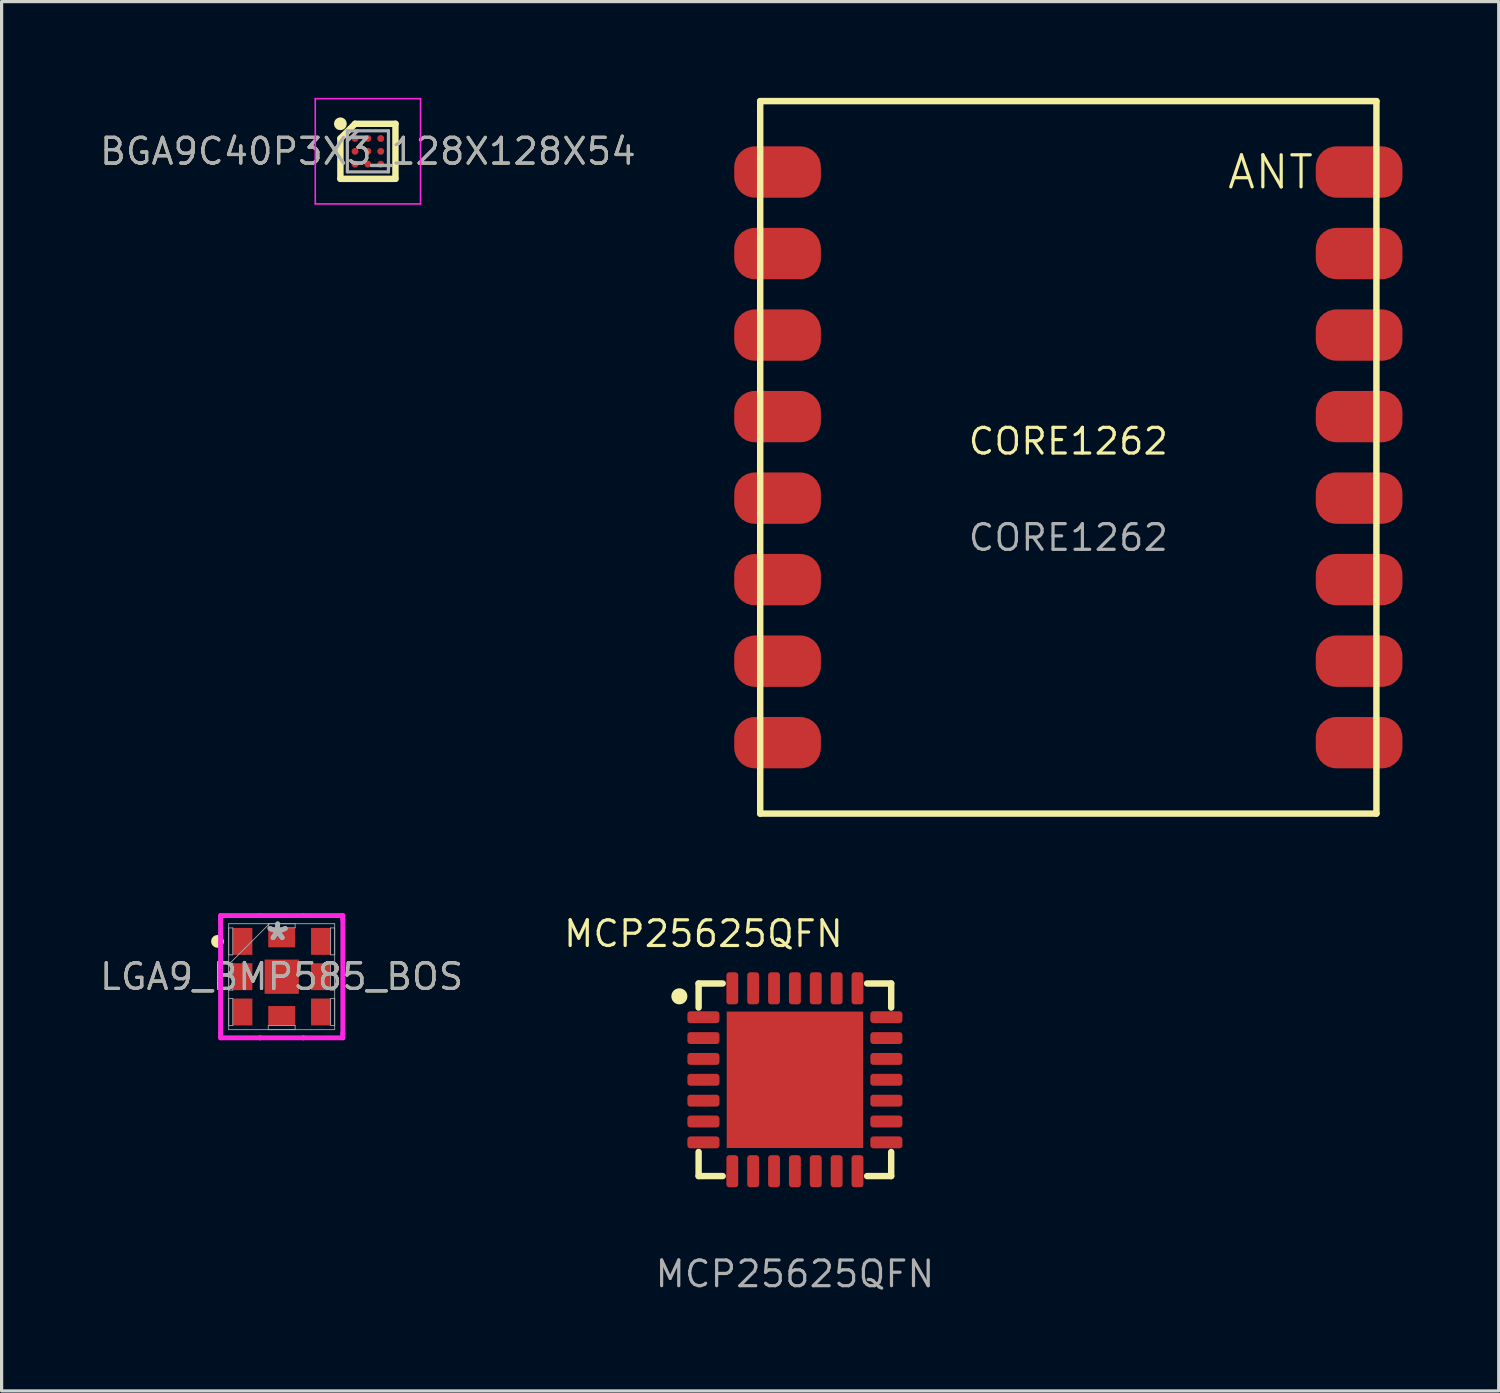
<source format=kicad_pcb>
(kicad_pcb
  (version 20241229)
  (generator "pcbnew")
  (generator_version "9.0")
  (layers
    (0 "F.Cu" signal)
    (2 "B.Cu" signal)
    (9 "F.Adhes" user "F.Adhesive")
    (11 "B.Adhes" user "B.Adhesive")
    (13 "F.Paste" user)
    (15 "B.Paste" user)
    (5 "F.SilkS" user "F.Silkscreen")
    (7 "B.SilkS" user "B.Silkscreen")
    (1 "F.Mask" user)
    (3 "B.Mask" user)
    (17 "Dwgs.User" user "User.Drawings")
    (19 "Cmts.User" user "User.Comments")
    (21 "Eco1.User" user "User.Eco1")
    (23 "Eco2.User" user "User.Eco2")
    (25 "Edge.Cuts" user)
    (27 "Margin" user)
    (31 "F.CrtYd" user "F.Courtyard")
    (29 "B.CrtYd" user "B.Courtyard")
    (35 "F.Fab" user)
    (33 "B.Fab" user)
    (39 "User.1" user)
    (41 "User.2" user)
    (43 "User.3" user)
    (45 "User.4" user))
  (footprint "BGA9C40P3X3_128X128X54"
    (layer "F.Cu")
    (at 8.413 1.665)
    (property "Reference" "BGA9C40P3X3_128X128X54" (at 0 0 0) (layer "F.SilkS") (effects (font (size 0.8 0.8) (thickness 0.1))))
    (attr smd)
    (fp_line (start -0.857 -0.401) (end -0.399 -0.859) (stroke (width 0.2) (type solid)) (layer "F.SilkS"))
    (fp_line (start -0.857 0.857) (end -0.857 -0.401) (stroke (width 0.2) (type solid)) (layer "F.SilkS"))
    (fp_line (start -0.4 -0.858) (end 0.858 -0.858) (stroke (width 0.2) (type solid)) (layer "F.SilkS"))
    (fp_line (start 0.858 -0.858) (end 0.858 0.857) (stroke (width 0.2) (type solid)) (layer "F.SilkS"))
    (fp_line (start 0.858 0.857) (end -0.857 0.857) (stroke (width 0.2) (type solid)) (layer "F.SilkS"))
    (fp_circle (center -0.858 -0.858) (end -0.858 -0.758) (stroke (width 0.2) (type solid)) (fill no) (layer "F.SilkS"))
    (fp_line (start -1.64 -1.64) (end 1.64 -1.64) (stroke (width 0.05) (type solid)) (layer "F.CrtYd"))
    (fp_line (start -1.64 1.64) (end -1.64 -1.64) (stroke (width 0.05) (type solid)) (layer "F.CrtYd"))
    (fp_line (start 1.64 -1.64) (end 1.64 1.64) (stroke (width 0.05) (type solid)) (layer "F.CrtYd"))
    (fp_line (start 1.64 1.64) (end -1.64 1.64) (stroke (width 0.05) (type solid)) (layer "F.CrtYd"))
    (fp_line (start -0.64 -0.64) (end 0.64 -0.64) (stroke (width 0.1) (type solid)) (layer "F.Fab"))
    (fp_line (start -0.64 -0.32) (end -0.32 -0.64) (stroke (width 0.1) (type solid)) (layer "F.Fab"))
    (fp_line (start -0.64 0.64) (end -0.64 -0.64) (stroke (width 0.1) (type solid)) (layer "F.Fab"))
    (fp_line (start 0.64 -0.64) (end 0.64 0.64) (stroke (width 0.1) (type solid)) (layer "F.Fab"))
    (fp_line (start 0.64 0.64) (end -0.64 0.64) (stroke (width 0.1) (type solid)) (layer "F.Fab"))
    (fp_text user "${REFERENCE}" (at 0 0 0) (layer "F.Fab") (effects (font (size 0.8 0.8) (thickness 0.1))))
    (pad "A1" smd circle (at -0.4 -0.4 90) (size 0.215 0.215) (layers "F.Cu" "F.Mask" "F.Paste"))
    (pad "A2" smd circle (at 0 -0.4 90) (size 0.215 0.215) (layers "F.Cu" "F.Mask" "F.Paste"))
    (pad "A3" smd circle (at 0.4 -0.4 90) (size 0.215 0.215) (layers "F.Cu" "F.Mask" "F.Paste"))
    (pad "B1" smd circle (at -0.4 0 90) (size 0.215 0.215) (layers "F.Cu" "F.Mask" "F.Paste"))
    (pad "B2" smd circle (at 0 0 90) (size 0.215 0.215) (layers "F.Cu" "F.Mask" "F.Paste"))
    (pad "B3" smd circle (at 0.4 0 90) (size 0.215 0.215) (layers "F.Cu" "F.Mask" "F.Paste"))
    (pad "C1" smd circle (at -0.4 0.4 90) (size 0.215 0.215) (layers "F.Cu" "F.Mask" "F.Paste"))
    (pad "C2" smd circle (at 0 0.4 90) (size 0.215 0.215) (layers "F.Cu" "F.Mask" "F.Paste"))
    (pad "C3" smd circle (at 0.4 0.4 90) (size 0.215 0.215) (layers "F.Cu" "F.Mask" "F.Paste")))
  (footprint "LGA9_BMP585_BOS"
    (layer "F.Cu")
    (at 5.727 27.381)
    (property "Reference" "LGA9_BMP585_BOS" (at 0 0 0) (unlocked yes) (layer "F.SilkS") (effects (font (size 0.8 0.8) (thickness 0.1))))
    (attr smd)
    (fp_circle (center -2 -1.1) (end -2 -1) (stroke (width 0.2) (type solid)) (fill no) (layer "F.SilkS"))
    (fp_line (start -1.905 -1.905) (end -0.673 -1.905) (stroke (width 0.152) (type solid)) (layer "F.CrtYd"))
    (fp_line (start -1.905 -1.773) (end -1.905 -1.905) (stroke (width 0.152) (type solid)) (layer "F.CrtYd"))
    (fp_line (start -1.905 -1.773) (end -1.905 -1.773) (stroke (width 0.152) (type solid)) (layer "F.CrtYd"))
    (fp_line (start -1.905 1.773) (end -1.905 -1.773) (stroke (width 0.152) (type solid)) (layer "F.CrtYd"))
    (fp_line (start -1.905 1.773) (end -1.905 1.773) (stroke (width 0.152) (type solid)) (layer "F.CrtYd"))
    (fp_line (start -1.905 1.905) (end -1.905 1.773) (stroke (width 0.152) (type solid)) (layer "F.CrtYd"))
    (fp_line (start -0.673 -1.905) (end -0.673 -1.905) (stroke (width 0.152) (type solid)) (layer "F.CrtYd"))
    (fp_line (start -0.673 -1.905) (end 0.673 -1.905) (stroke (width 0.152) (type solid)) (layer "F.CrtYd"))
    (fp_line (start -0.673 1.905) (end -1.905 1.905) (stroke (width 0.152) (type solid)) (layer "F.CrtYd"))
    (fp_line (start -0.673 1.905) (end -0.673 1.905) (stroke (width 0.152) (type solid)) (layer "F.CrtYd"))
    (fp_line (start 0.673 -1.905) (end 0.673 -1.905) (stroke (width 0.152) (type solid)) (layer "F.CrtYd"))
    (fp_line (start 0.673 -1.905) (end 1.905 -1.905) (stroke (width 0.152) (type solid)) (layer "F.CrtYd"))
    (fp_line (start 0.673 1.905) (end -0.673 1.905) (stroke (width 0.152) (type solid)) (layer "F.CrtYd"))
    (fp_line (start 0.673 1.905) (end 0.673 1.905) (stroke (width 0.152) (type solid)) (layer "F.CrtYd"))
    (fp_line (start 1.905 -1.905) (end 1.905 -1.773) (stroke (width 0.152) (type solid)) (layer "F.CrtYd"))
    (fp_line (start 1.905 -1.773) (end 1.905 -1.773) (stroke (width 0.152) (type solid)) (layer "F.CrtYd"))
    (fp_line (start 1.905 -1.773) (end 1.905 1.773) (stroke (width 0.152) (type solid)) (layer "F.CrtYd"))
    (fp_line (start 1.905 1.773) (end 1.905 1.773) (stroke (width 0.152) (type solid)) (layer "F.CrtYd"))
    (fp_line (start 1.905 1.773) (end 1.905 1.905) (stroke (width 0.152) (type solid)) (layer "F.CrtYd"))
    (fp_line (start 1.905 1.905) (end 0.673 1.905) (stroke (width 0.152) (type solid)) (layer "F.CrtYd"))
    (fp_line (start -1.651 -1.651) (end -1.651 1.651) (stroke (width 0.025) (type solid)) (layer "F.Fab"))
    (fp_line (start -1.651 -1.519) (end -1.524 -1.519) (stroke (width 0.025) (type solid)) (layer "F.Fab"))
    (fp_line (start -1.651 -0.681) (end -1.651 -1.519) (stroke (width 0.025) (type solid)) (layer "F.Fab"))
    (fp_line (start -1.651 -0.419) (end -1.524 -0.419) (stroke (width 0.025) (type solid)) (layer "F.Fab"))
    (fp_line (start -1.651 -0.381) (end -0.381 -1.651) (stroke (width 0.025) (type solid)) (layer "F.Fab"))
    (fp_line (start -1.651 0.419) (end -1.651 -0.419) (stroke (width 0.025) (type solid)) (layer "F.Fab"))
    (fp_line (start -1.651 0.681) (end -1.524 0.681) (stroke (width 0.025) (type solid)) (layer "F.Fab"))
    (fp_line (start -1.651 1.519) (end -1.651 0.681) (stroke (width 0.025) (type solid)) (layer "F.Fab"))
    (fp_line (start -1.651 1.651) (end 1.651 1.651) (stroke (width 0.025) (type solid)) (layer "F.Fab"))
    (fp_line (start -1.524 -1.519) (end -1.524 -0.681) (stroke (width 0.025) (type solid)) (layer "F.Fab"))
    (fp_line (start -1.524 -0.681) (end -1.651 -0.681) (stroke (width 0.025) (type solid)) (layer "F.Fab"))
    (fp_line (start -1.524 -0.419) (end -1.524 0.419) (stroke (width 0.025) (type solid)) (layer "F.Fab"))
    (fp_line (start -1.524 0.419) (end -1.651 0.419) (stroke (width 0.025) (type solid)) (layer "F.Fab"))
    (fp_line (start -1.524 0.681) (end -1.524 1.519) (stroke (width 0.025) (type solid)) (layer "F.Fab"))
    (fp_line (start -1.524 1.519) (end -1.651 1.519) (stroke (width 0.025) (type solid)) (layer "F.Fab"))
    (fp_line (start -0.419 -1.651) (end 0.419 -1.651) (stroke (width 0.025) (type solid)) (layer "F.Fab"))
    (fp_line (start -0.419 -1.524) (end -0.419 -1.651) (stroke (width 0.025) (type solid)) (layer "F.Fab"))
    (fp_line (start -0.419 1.524) (end 0.419 1.524) (stroke (width 0.025) (type solid)) (layer "F.Fab"))
    (fp_line (start -0.419 1.651) (end -0.419 1.524) (stroke (width 0.025) (type solid)) (layer "F.Fab"))
    (fp_line (start 0.419 -1.651) (end 0.419 -1.524) (stroke (width 0.025) (type solid)) (layer "F.Fab"))
    (fp_line (start 0.419 -1.524) (end -0.419 -1.524) (stroke (width 0.025) (type solid)) (layer "F.Fab"))
    (fp_line (start 0.419 1.524) (end 0.419 1.651) (stroke (width 0.025) (type solid)) (layer "F.Fab"))
    (fp_line (start 0.419 1.651) (end -0.419 1.651) (stroke (width 0.025) (type solid)) (layer "F.Fab"))
    (fp_line (start 1.524 -1.519) (end 1.651 -1.519) (stroke (width 0.025) (type solid)) (layer "F.Fab"))
    (fp_line (start 1.524 -0.681) (end 1.524 -1.519) (stroke (width 0.025) (type solid)) (layer "F.Fab"))
    (fp_line (start 1.524 -0.419) (end 1.651 -0.419) (stroke (width 0.025) (type solid)) (layer "F.Fab"))
    (fp_line (start 1.524 0.419) (end 1.524 -0.419) (stroke (width 0.025) (type solid)) (layer "F.Fab"))
    (fp_line (start 1.524 0.681) (end 1.651 0.681) (stroke (width 0.025) (type solid)) (layer "F.Fab"))
    (fp_line (start 1.524 1.519) (end 1.524 0.681) (stroke (width 0.025) (type solid)) (layer "F.Fab"))
    (fp_line (start 1.651 -1.651) (end -1.651 -1.651) (stroke (width 0.025) (type solid)) (layer "F.Fab"))
    (fp_line (start 1.651 -1.519) (end 1.651 -0.681) (stroke (width 0.025) (type solid)) (layer "F.Fab"))
    (fp_line (start 1.651 -0.681) (end 1.524 -0.681) (stroke (width 0.025) (type solid)) (layer "F.Fab"))
    (fp_line (start 1.651 -0.419) (end 1.651 0.419) (stroke (width 0.025) (type solid)) (layer "F.Fab"))
    (fp_line (start 1.651 0.419) (end 1.524 0.419) (stroke (width 0.025) (type solid)) (layer "F.Fab"))
    (fp_line (start 1.651 0.681) (end 1.651 1.519) (stroke (width 0.025) (type solid)) (layer "F.Fab"))
    (fp_line (start 1.651 1.519) (end 1.524 1.519) (stroke (width 0.025) (type solid)) (layer "F.Fab"))
    (fp_line (start 1.651 1.651) (end 1.651 -1.651) (stroke (width 0.025) (type solid)) (layer "F.Fab"))
    (fp_text user "${REFERENCE}" (at 0 0 0) (unlocked yes) (layer "F.Fab") (effects (font (size 0.8 0.8) (thickness 0.1))))
    (fp_text user "*" (at -0.127 -1.1 0) (layer "F.Fab") (effects (font (size 1 1) (thickness 0.15))))
    (fp_text user "*" (at -0.127 -1.1 0) (unlocked yes) (layer "F.Fab") (effects (font (size 1 1) (thickness 0.15))))
    (pad "1" smd rect (at -1.219 -1.1 90) (size 0.838 0.61) (layers "F.Cu" "F.Mask" "F.Paste"))
    (pad "2" smd rect (at -1.219 0 90) (size 0.838 0.61) (layers "F.Cu" "F.Mask" "F.Paste"))
    (pad "3" smd rect (at -1.219 1.1 90) (size 0.838 0.61) (layers "F.Cu" "F.Mask" "F.Paste"))
    (pad "4" smd rect (at 0 1.219) (size 0.838 0.61) (layers "F.Cu" "F.Mask" "F.Paste"))
    (pad "5" smd rect (at 1.219 1.1 90) (size 0.838 0.61) (layers "F.Cu" "F.Mask" "F.Paste"))
    (pad "6" smd rect (at 1.219 0 90) (size 0.838 0.61) (layers "F.Cu" "F.Mask" "F.Paste"))
    (pad "7" smd rect (at 1.219 -1.1 90) (size 0.838 0.61) (layers "F.Cu" "F.Mask" "F.Paste"))
    (pad "8" smd rect (at 0 -1.219) (size 0.838 0.61) (layers "F.Cu" "F.Mask" "F.Paste"))
    (pad "9" smd rect (at 0 0) (size 1.067 1.067) (layers "F.Cu" "F.Mask" "F.Paste")))
  (footprint "MCP25625QFN"
    (layer "F.Cu")
    (at 21.717 30.593)
    (property "Reference" "MCP25625QFN" (at -2.85 -4.55 0) (unlocked yes) (layer "F.SilkS") (effects (font (size 0.8 0.8) (thickness 0.1))))
    (attr smd)
    (fp_line (start -3 -3) (end -3 -2.25) (stroke (width 0.2) (type default)) (layer "F.SilkS"))
    (fp_line (start -3 2.25) (end -3 3) (stroke (width 0.2) (type default)) (layer "F.SilkS"))
    (fp_line (start -3 3) (end -2.25 3) (stroke (width 0.2) (type default)) (layer "F.SilkS"))
    (fp_line (start -2.25 -3) (end -3 -3) (stroke (width 0.2) (type default)) (layer "F.SilkS"))
    (fp_line (start 2.25 -3) (end 3 -3) (stroke (width 0.2) (type default)) (layer "F.SilkS"))
    (fp_line (start 2.25 3) (end 3 3) (stroke (width 0.2) (type default)) (layer "F.SilkS"))
    (fp_line (start 3 -2.25) (end 3 -3) (stroke (width 0.2) (type default)) (layer "F.SilkS"))
    (fp_line (start 3 3) (end 3 2.25) (stroke (width 0.2) (type default)) (layer "F.SilkS"))
    (fp_circle (center -3.6 -2.6) (end -3.6 -2.4) (stroke (width 0.1) (type solid)) (fill yes) (layer "F.SilkS"))
    (fp_text user "${REFERENCE}" (at 0 6.05 0) (unlocked yes) (layer "F.Fab") (effects (font (size 0.8 0.8) (thickness 0.1))))
    (pad "1" smd roundrect (at -2.85 -1.95) (size 1 0.37) (layers "F.Cu" "F.Mask" "F.Paste") (roundrect_rratio 0.25))
    (pad "2" smd roundrect (at -2.85 -1.3) (size 1 0.37) (layers "F.Cu" "F.Mask" "F.Paste") (roundrect_rratio 0.25))
    (pad "3" smd roundrect (at -2.85 -0.65) (size 1 0.37) (layers "F.Cu" "F.Mask" "F.Paste") (roundrect_rratio 0.25))
    (pad "4" smd roundrect (at -2.85 0) (size 1 0.37) (layers "F.Cu" "F.Mask" "F.Paste") (roundrect_rratio 0.25))
    (pad "5" smd roundrect (at -2.85 0.65) (size 1 0.37) (layers "F.Cu" "F.Mask" "F.Paste") (roundrect_rratio 0.25))
    (pad "6" smd roundrect (at -2.85 1.3) (size 1 0.37) (layers "F.Cu" "F.Mask" "F.Paste") (roundrect_rratio 0.25))
    (pad "7" smd roundrect (at -2.85 1.95) (size 1 0.37) (layers "F.Cu" "F.Mask" "F.Paste") (roundrect_rratio 0.25))
    (pad "8" smd roundrect (at -1.95 2.85 90) (size 1 0.37) (layers "F.Cu" "F.Mask" "F.Paste") (roundrect_rratio 0.25))
    (pad "9" smd roundrect (at -1.3 2.85 90) (size 1 0.37) (layers "F.Cu" "F.Mask" "F.Paste") (roundrect_rratio 0.25))
    (pad "10" smd roundrect (at -0.65 2.85 90) (size 1 0.37) (layers "F.Cu" "F.Mask" "F.Paste") (roundrect_rratio 0.25))
    (pad "11" smd roundrect (at 0 2.85 90) (size 1 0.37) (layers "F.Cu" "F.Mask" "F.Paste") (roundrect_rratio 0.25))
    (pad "12" smd roundrect (at 0.65 2.85 90) (size 1 0.37) (layers "F.Cu" "F.Mask" "F.Paste") (roundrect_rratio 0.25))
    (pad "13" smd roundrect (at 1.3 2.85 90) (size 1 0.37) (layers "F.Cu" "F.Mask" "F.Paste") (roundrect_rratio 0.25))
    (pad "14" smd roundrect (at 1.95 2.85 90) (size 1 0.37) (layers "F.Cu" "F.Mask" "F.Paste") (roundrect_rratio 0.25))
    (pad "15" smd roundrect (at 2.85 1.95 180) (size 1 0.37) (layers "F.Cu" "F.Mask" "F.Paste") (roundrect_rratio 0.25))
    (pad "16" smd roundrect (at 2.85 1.3 180) (size 1 0.37) (layers "F.Cu" "F.Mask" "F.Paste") (roundrect_rratio 0.25))
    (pad "17" smd roundrect (at 2.85 0.65 180) (size 1 0.37) (layers "F.Cu" "F.Mask" "F.Paste") (roundrect_rratio 0.25))
    (pad "18" smd roundrect (at 2.85 0 180) (size 1 0.37) (layers "F.Cu" "F.Mask" "F.Paste") (roundrect_rratio 0.25))
    (pad "19" smd roundrect (at 2.85 -0.65 180) (size 1 0.37) (layers "F.Cu" "F.Mask" "F.Paste") (roundrect_rratio 0.25))
    (pad "20" smd roundrect (at 2.85 -1.3 180) (size 1 0.37) (layers "F.Cu" "F.Mask" "F.Paste") (roundrect_rratio 0.25))
    (pad "21" smd roundrect (at 2.85 -1.95 180) (size 1 0.37) (layers "F.Cu" "F.Mask" "F.Paste") (roundrect_rratio 0.25))
    (pad "22" smd roundrect (at 1.95 -2.85 270) (size 1 0.37) (layers "F.Cu" "F.Mask" "F.Paste") (roundrect_rratio 0.25))
    (pad "23" smd roundrect (at 1.3 -2.85 270) (size 1 0.37) (layers "F.Cu" "F.Mask" "F.Paste") (roundrect_rratio 0.25))
    (pad "24" smd roundrect (at 0.65 -2.85 270) (size 1 0.37) (layers "F.Cu" "F.Mask" "F.Paste") (roundrect_rratio 0.25))
    (pad "25" smd roundrect (at 0 -2.85 270) (size 1 0.37) (layers "F.Cu" "F.Mask" "F.Paste") (roundrect_rratio 0.25))
    (pad "26" smd roundrect (at -0.65 -2.85 270) (size 1 0.37) (layers "F.Cu" "F.Mask" "F.Paste") (roundrect_rratio 0.25))
    (pad "27" smd roundrect (at -1.3 -2.85 270) (size 1 0.37) (layers "F.Cu" "F.Mask" "F.Paste") (roundrect_rratio 0.25))
    (pad "28" smd roundrect (at -1.95 -2.85 270) (size 1 0.37) (layers "F.Cu" "F.Mask" "F.Paste") (roundrect_rratio 0.25))
    (pad "29" smd rect (at 0 0 270) (size 4.25 4.25) (layers "F.Cu" "F.Mask" "F.Paste")))
  (footprint "CORE1262"
    (layer "F.Cu")
    (at 30.236 11.2)
    (property "Reference" "CORE1262" (at 0 -0.5 0) (unlocked yes) (layer "F.SilkS") (effects (font (size 0.8 0.8) (thickness 0.1))))
    (attr smd)
    (fp_line (start -9.6 -11.1) (end -9.6 11.1) (stroke (width 0.2) (type default)) (layer "F.SilkS"))
    (fp_line (start -9.6 11.1) (end 9.6 11.1) (stroke (width 0.2) (type default)) (layer "F.SilkS"))
    (fp_line (start 9.6 -11.1) (end -9.6 -11.1) (stroke (width 0.2) (type default)) (layer "F.SilkS"))
    (fp_line (start 9.6 11.1) (end 9.6 -11.1) (stroke (width 0.2) (type default)) (layer "F.SilkS"))
    (fp_text user "ANT" (at 4.9 -8.3 0) (unlocked yes) (layer "F.SilkS") (effects (font (size 1 1) (thickness 0.1)) (justify left bottom)))
    (fp_text user "${REFERENCE}" (at 0 2.5 0) (unlocked yes) (layer "F.Fab") (effects (font (size 0.8 0.8) (thickness 0.1))))
    (pad "1" smd roundrect (at -9.06 -8.89 90) (size 1.6 2.7) (layers "F.Cu" "F.Mask" "F.Paste") (roundrect_rratio 0.4))
    (pad "2" smd roundrect (at -9.06 -6.35 90) (size 1.6 2.7) (layers "F.Cu" "F.Mask" "F.Paste") (roundrect_rratio 0.4))
    (pad "3" smd roundrect (at -9.06 -3.81 90) (size 1.6 2.7) (layers "F.Cu" "F.Mask" "F.Paste") (roundrect_rratio 0.4))
    (pad "4" smd roundrect (at -9.06 -1.27 90) (size 1.6 2.7) (layers "F.Cu" "F.Mask" "F.Paste") (roundrect_rratio 0.4))
    (pad "5" smd roundrect (at -9.06 1.27 90) (size 1.6 2.7) (layers "F.Cu" "F.Mask" "F.Paste") (roundrect_rratio 0.4))
    (pad "6" smd roundrect (at -9.06 3.81 90) (size 1.6 2.7) (layers "F.Cu" "F.Mask" "F.Paste") (roundrect_rratio 0.4))
    (pad "7" smd roundrect (at -9.06 6.35 90) (size 1.6 2.7) (layers "F.Cu" "F.Mask" "F.Paste") (roundrect_rratio 0.4))
    (pad "8" smd roundrect (at -9.06 8.89 90) (size 1.6 2.7) (layers "F.Cu" "F.Mask" "F.Paste") (roundrect_rratio 0.4))
    (pad "9" smd roundrect (at 9.06 8.89 90) (size 1.6 2.7) (layers "F.Cu" "F.Mask" "F.Paste") (roundrect_rratio 0.4))
    (pad "10" smd roundrect (at 9.06 6.35 90) (size 1.6 2.7) (layers "F.Cu" "F.Mask" "F.Paste") (roundrect_rratio 0.4))
    (pad "11" smd roundrect (at 9.06 3.81 90) (size 1.6 2.7) (layers "F.Cu" "F.Mask" "F.Paste") (roundrect_rratio 0.4))
    (pad "12" smd roundrect (at 9.06 1.27 90) (size 1.6 2.7) (layers "F.Cu" "F.Mask" "F.Paste") (roundrect_rratio 0.4))
    (pad "13" smd roundrect (at 9.06 -1.27 90) (size 1.6 2.7) (layers "F.Cu" "F.Mask" "F.Paste") (roundrect_rratio 0.4))
    (pad "14" smd roundrect (at 9.06 -3.81 90) (size 1.6 2.7) (layers "F.Cu" "F.Mask" "F.Paste") (roundrect_rratio 0.4))
    (pad "15" smd roundrect (at 9.06 -6.35 90) (size 1.6 2.7) (layers "F.Cu" "F.Mask" "F.Paste") (roundrect_rratio 0.4))
    (pad "16" smd roundrect (at 9.06 -8.89 90) (size 1.6 2.7) (layers "F.Cu" "F.Mask" "F.Paste") (roundrect_rratio 0.4)))
  (gr_rect
    (start -3 -3)
    (end 43.646 40.287)
    (stroke (width 0.1) (type default))
    (fill no)
    (layer "Edge.Cuts")))
</source>
